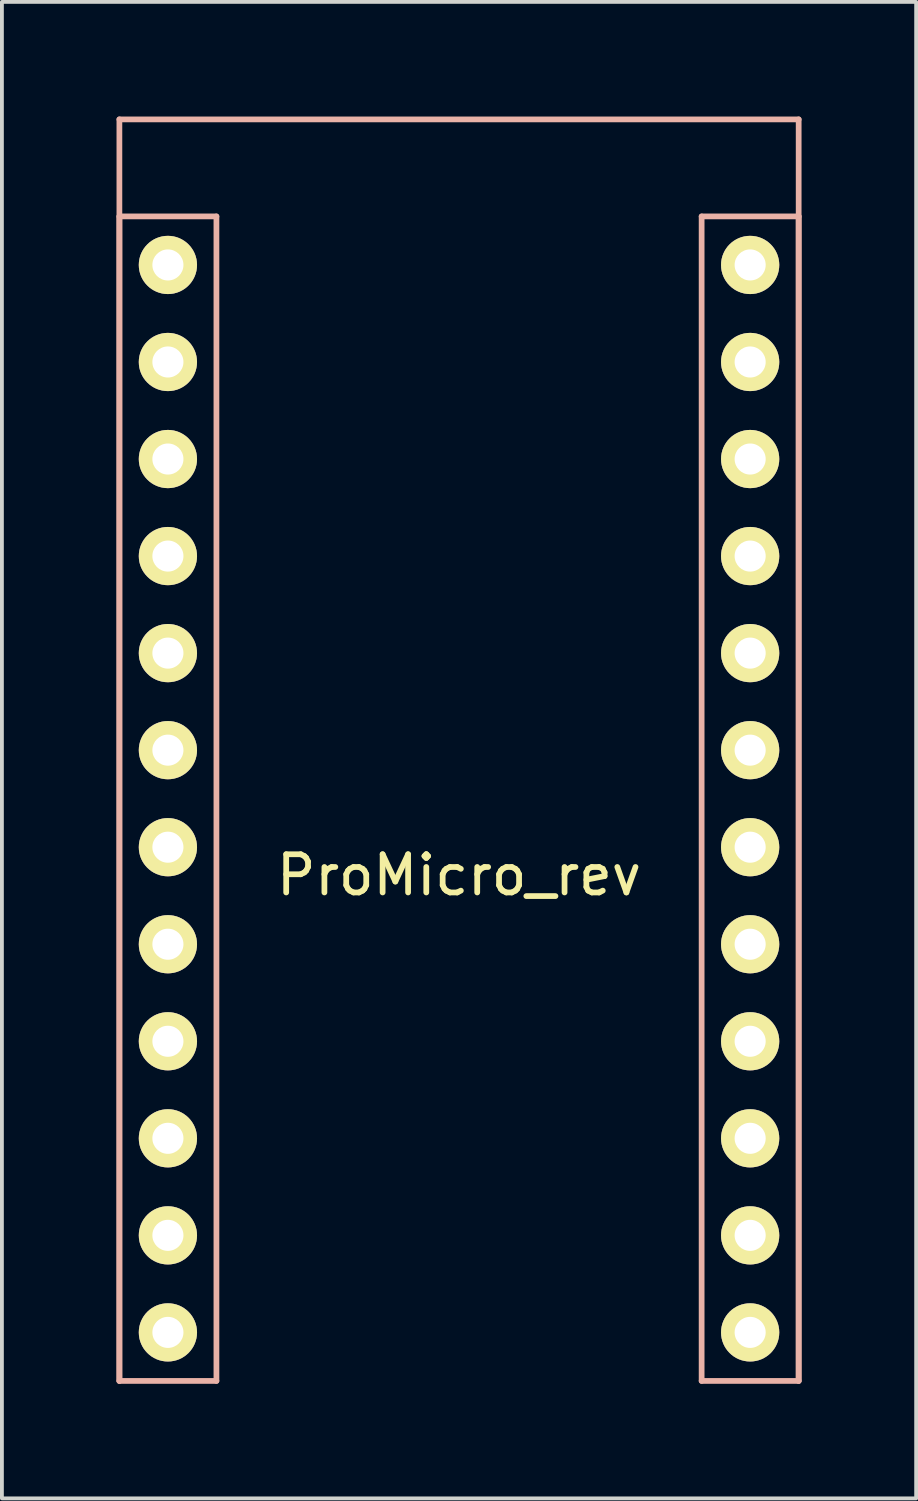
<source format=kicad_pcb>
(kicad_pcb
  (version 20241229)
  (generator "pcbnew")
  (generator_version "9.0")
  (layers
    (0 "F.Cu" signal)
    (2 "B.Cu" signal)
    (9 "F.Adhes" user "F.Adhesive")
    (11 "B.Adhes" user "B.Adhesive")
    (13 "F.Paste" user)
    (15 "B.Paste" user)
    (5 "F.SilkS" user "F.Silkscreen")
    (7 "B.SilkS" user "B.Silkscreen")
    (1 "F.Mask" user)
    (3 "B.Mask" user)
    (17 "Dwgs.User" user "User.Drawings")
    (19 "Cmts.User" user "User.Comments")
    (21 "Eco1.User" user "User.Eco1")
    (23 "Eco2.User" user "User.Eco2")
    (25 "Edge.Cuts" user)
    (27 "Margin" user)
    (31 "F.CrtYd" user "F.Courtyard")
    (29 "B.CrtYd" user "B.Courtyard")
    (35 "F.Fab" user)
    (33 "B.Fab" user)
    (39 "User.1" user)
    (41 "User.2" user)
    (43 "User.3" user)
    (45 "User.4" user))
  (footprint "ProMicro_rev"
    (layer "F.Cu")
    (at 8.965 17.855)
    (property "Reference" "ProMicro_rev" (at 0 2 0) (layer "F.SilkS") (effects (font (size 1 1) (thickness 0.15))))
    (attr through_hole)
    (fp_line (start -8.89 -17.78) (end 8.89 -17.78) (stroke (width 0.15) (type solid)) (layer "B.SilkS"))
    (fp_line (start -8.89 -15.24) (end -6.35 -15.24) (stroke (width 0.15) (type solid)) (layer "B.SilkS"))
    (fp_line (start -8.89 15.24) (end -8.89 -17.78) (stroke (width 0.15) (type solid)) (layer "B.SilkS"))
    (fp_line (start -8.89 15.24) (end -8.89 -15.24) (stroke (width 0.15) (type solid)) (layer "B.SilkS"))
    (fp_line (start -6.35 -15.24) (end -6.35 15.24) (stroke (width 0.15) (type solid)) (layer "B.SilkS"))
    (fp_line (start -6.35 15.24) (end -8.89 15.24) (stroke (width 0.15) (type solid)) (layer "B.SilkS"))
    (fp_line (start 6.35 -15.24) (end 8.89 -15.24) (stroke (width 0.15) (type solid)) (layer "B.SilkS"))
    (fp_line (start 6.35 15.24) (end 6.35 -15.24) (stroke (width 0.15) (type solid)) (layer "B.SilkS"))
    (fp_line (start 8.89 -17.78) (end 8.89 15.24) (stroke (width 0.15) (type solid)) (layer "B.SilkS"))
    (fp_line (start 8.89 -15.24) (end 8.89 15.24) (stroke (width 0.15) (type solid)) (layer "B.SilkS"))
    (fp_line (start 8.89 15.24) (end 6.35 15.24) (stroke (width 0.15) (type solid)) (layer "B.SilkS"))
    (pad "1" thru_hole circle (at -7.62 -13.97) (size 1.524 1.524) (drill 0.813) (layers "*.Cu" "*.Mask" "F.SilkS"))
    (pad "2" thru_hole circle (at -7.62 -11.43) (size 1.524 1.524) (drill 0.813) (layers "*.Cu" "*.Mask" "F.SilkS"))
    (pad "3" thru_hole circle (at -7.62 -8.89) (size 1.524 1.524) (drill 0.813) (layers "*.Cu" "*.Mask" "F.SilkS"))
    (pad "4" thru_hole circle (at -7.62 -6.35) (size 1.524 1.524) (drill 0.813) (layers "*.Cu" "*.Mask" "F.SilkS"))
    (pad "5" thru_hole circle (at -7.62 -3.81) (size 1.524 1.524) (drill 0.813) (layers "*.Cu" "*.Mask" "F.SilkS"))
    (pad "6" thru_hole circle (at -7.62 -1.27) (size 1.524 1.524) (drill 0.813) (layers "*.Cu" "*.Mask" "F.SilkS"))
    (pad "7" thru_hole circle (at -7.62 1.27) (size 1.524 1.524) (drill 0.813) (layers "*.Cu" "*.Mask" "F.SilkS"))
    (pad "8" thru_hole circle (at -7.62 3.81) (size 1.524 1.524) (drill 0.813) (layers "*.Cu" "*.Mask" "F.SilkS"))
    (pad "9" thru_hole circle (at -7.62 6.35) (size 1.524 1.524) (drill 0.813) (layers "*.Cu" "*.Mask" "F.SilkS"))
    (pad "10" thru_hole circle (at -7.62 8.89) (size 1.524 1.524) (drill 0.813) (layers "*.Cu" "*.Mask" "F.SilkS"))
    (pad "11" thru_hole circle (at -7.62 11.43) (size 1.524 1.524) (drill 0.813) (layers "*.Cu" "*.Mask" "F.SilkS"))
    (pad "12" thru_hole circle (at -7.62 13.97) (size 1.524 1.524) (drill 0.813) (layers "*.Cu" "*.Mask" "F.SilkS"))
    (pad "13" thru_hole circle (at 7.62 13.97) (size 1.524 1.524) (drill 0.813) (layers "*.Cu" "*.Mask" "F.SilkS"))
    (pad "14" thru_hole circle (at 7.62 11.43) (size 1.524 1.524) (drill 0.813) (layers "*.Cu" "*.Mask" "F.SilkS"))
    (pad "15" thru_hole circle (at 7.62 8.89) (size 1.524 1.524) (drill 0.813) (layers "*.Cu" "*.Mask" "F.SilkS"))
    (pad "16" thru_hole circle (at 7.62 6.35) (size 1.524 1.524) (drill 0.813) (layers "*.Cu" "*.Mask" "F.SilkS"))
    (pad "17" thru_hole circle (at 7.62 3.81) (size 1.524 1.524) (drill 0.813) (layers "*.Cu" "*.Mask" "F.SilkS"))
    (pad "18" thru_hole circle (at 7.62 1.27) (size 1.524 1.524) (drill 0.813) (layers "*.Cu" "*.Mask" "F.SilkS"))
    (pad "19" thru_hole circle (at 7.62 -1.27) (size 1.524 1.524) (drill 0.813) (layers "*.Cu" "*.Mask" "F.SilkS"))
    (pad "20" thru_hole circle (at 7.62 -3.81) (size 1.524 1.524) (drill 0.813) (layers "*.Cu" "*.Mask" "F.SilkS"))
    (pad "21" thru_hole circle (at 7.62 -6.35) (size 1.524 1.524) (drill 0.813) (layers "*.Cu" "*.Mask" "F.SilkS"))
    (pad "22" thru_hole circle (at 7.62 -8.89) (size 1.524 1.524) (drill 0.813) (layers "*.Cu" "*.Mask" "F.SilkS"))
    (pad "23" thru_hole circle (at 7.62 -11.43) (size 1.524 1.524) (drill 0.813) (layers "*.Cu" "*.Mask" "F.SilkS"))
    (pad "24" thru_hole circle (at 7.62 -13.97) (size 1.524 1.524) (drill 0.813) (layers "*.Cu" "*.Mask" "F.SilkS")))
  (gr_rect
    (start -3 -3)
    (end 20.93 36.17)
    (stroke (width 0.1) (type default))
    (fill no)
    (layer "Edge.Cuts")))
</source>
